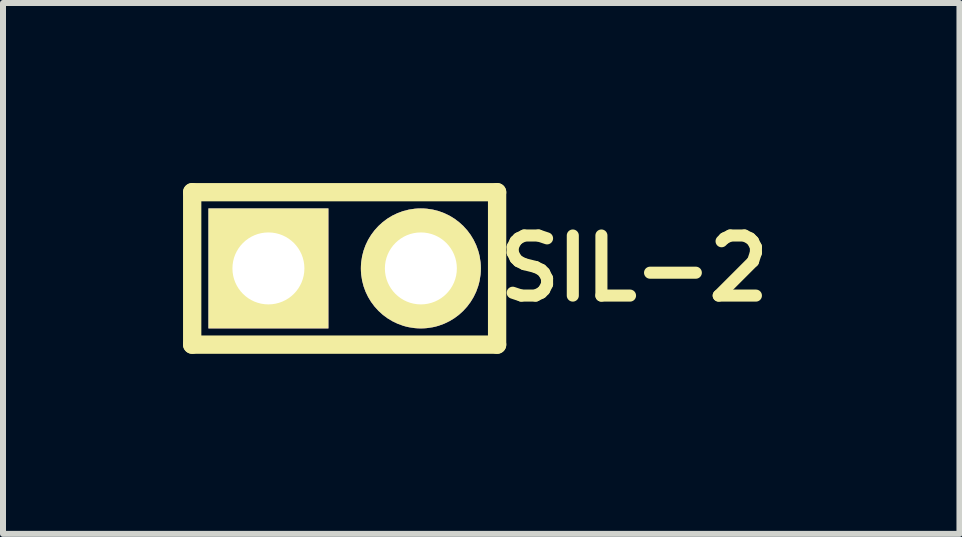
<source format=kicad_pcb>
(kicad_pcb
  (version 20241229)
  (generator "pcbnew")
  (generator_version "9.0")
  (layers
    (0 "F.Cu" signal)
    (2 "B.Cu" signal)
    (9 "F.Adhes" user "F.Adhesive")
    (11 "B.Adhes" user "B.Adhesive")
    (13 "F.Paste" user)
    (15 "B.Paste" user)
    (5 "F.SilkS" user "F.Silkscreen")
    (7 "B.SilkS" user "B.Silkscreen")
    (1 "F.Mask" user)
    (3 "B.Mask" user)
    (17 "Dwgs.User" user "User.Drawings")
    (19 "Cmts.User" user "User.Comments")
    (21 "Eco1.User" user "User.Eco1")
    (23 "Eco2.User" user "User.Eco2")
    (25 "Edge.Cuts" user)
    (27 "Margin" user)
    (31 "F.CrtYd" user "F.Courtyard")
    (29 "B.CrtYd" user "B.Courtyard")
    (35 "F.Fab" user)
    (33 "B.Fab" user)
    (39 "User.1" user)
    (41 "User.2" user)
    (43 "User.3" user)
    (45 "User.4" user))
  (footprint "SIL-2"
    (layer "F.Cu")
    (at 2.692 1.422)
    (property "Reference" "SIL-2" (at 4.826 0 0) (layer "F.SilkS") (effects (font (size 1.001 1.001) (thickness 0.201))))
    (attr through_hole)
    (fp_line (start -2.54 -1.27) (end 2.54 -1.27) (stroke (width 0.305) (type solid)) (layer "F.SilkS"))
    (fp_line (start -2.54 1.27) (end -2.54 -1.27) (stroke (width 0.305) (type solid)) (layer "F.SilkS"))
    (fp_line (start 2.54 -1.27) (end 2.54 1.27) (stroke (width 0.305) (type solid)) (layer "F.SilkS"))
    (fp_line (start 2.54 1.27) (end -2.54 1.27) (stroke (width 0.305) (type solid)) (layer "F.SilkS"))
    (pad "1" thru_hole rect (at -1.27 0) (size 1.999 1.999) (drill 1.199) (layers "*.Cu" "*.Mask" "F.SilkS"))
    (pad "2" thru_hole circle (at 1.27 0) (size 1.999 1.999) (drill 1.199) (layers "*.Cu" "*.Mask" "F.SilkS")))
  (gr_rect
    (start -3 -3)
    (end 12.935 5.845)
    (stroke (width 0.1) (type default))
    (fill no)
    (layer "Edge.Cuts")))
</source>
